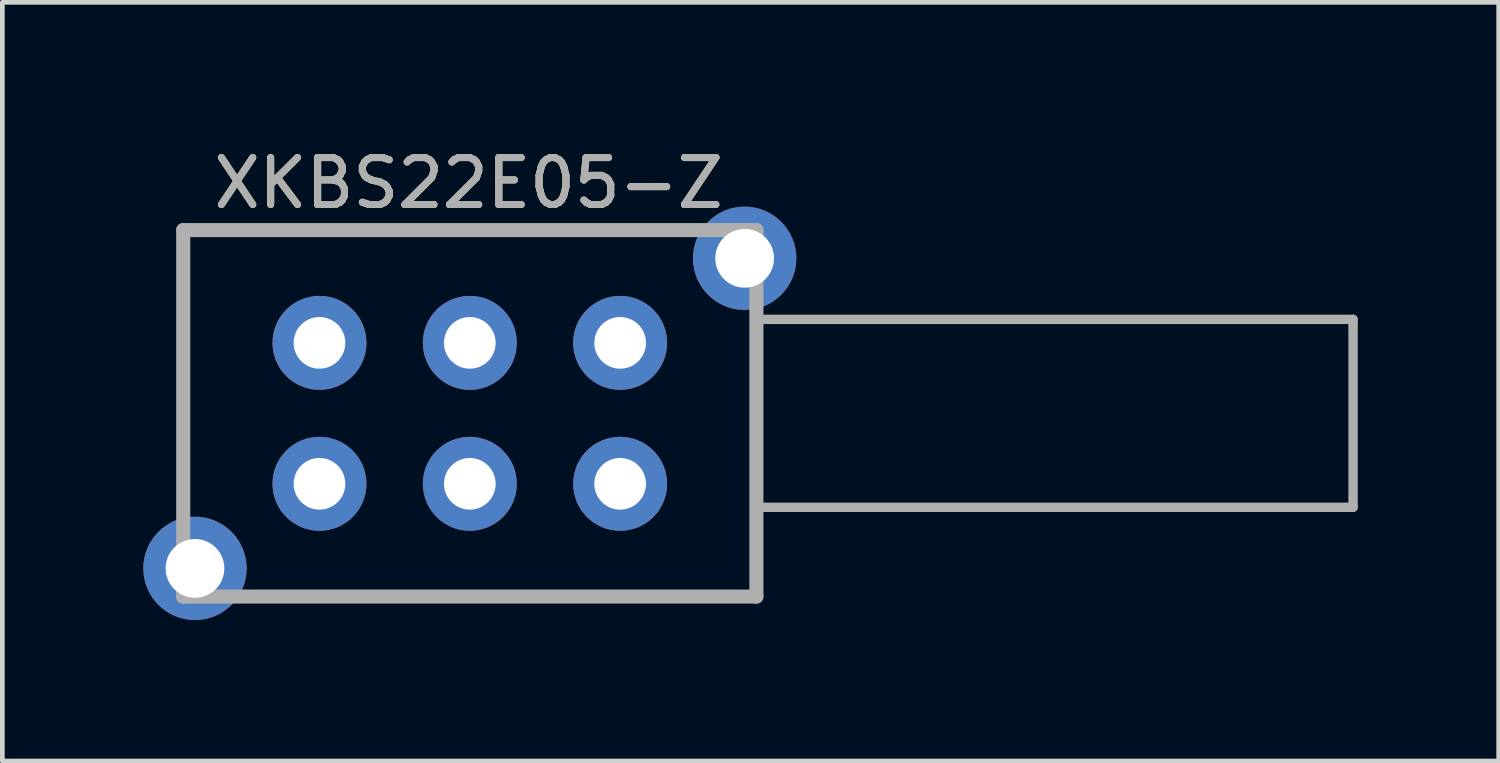
<source format=kicad_pcb>
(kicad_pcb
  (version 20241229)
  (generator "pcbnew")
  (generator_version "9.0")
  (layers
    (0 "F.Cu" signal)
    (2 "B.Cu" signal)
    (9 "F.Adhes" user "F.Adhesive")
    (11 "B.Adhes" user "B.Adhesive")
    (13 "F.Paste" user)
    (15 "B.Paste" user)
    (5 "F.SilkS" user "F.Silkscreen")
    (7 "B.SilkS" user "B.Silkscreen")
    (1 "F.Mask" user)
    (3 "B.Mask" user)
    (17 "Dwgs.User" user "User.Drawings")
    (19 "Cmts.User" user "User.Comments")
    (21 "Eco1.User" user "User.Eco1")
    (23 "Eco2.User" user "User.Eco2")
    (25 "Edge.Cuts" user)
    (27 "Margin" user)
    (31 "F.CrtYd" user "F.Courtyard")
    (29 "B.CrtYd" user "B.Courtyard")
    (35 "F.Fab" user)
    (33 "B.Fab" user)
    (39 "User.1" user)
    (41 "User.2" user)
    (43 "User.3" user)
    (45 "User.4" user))
  (footprint "XKBS22E05-Z"
    (layer "F.Cu")
    (at 6.95 5.748)
    (property "Reference" "XKBS22E05-Z" (at -0.025 -4.9 0) (unlocked yes) (layer "F.SilkS") (effects (font (size 1 1) (thickness 0.15))))
    (attr through_hole)
    (fp_line (start -6.1 -3.9) (end 6.1 -3.9) (stroke (width 0.12) (type solid)) (layer "F.SilkS"))
    (fp_line (start -6.1 3.9) (end -6.1 -3.9) (stroke (width 0.12) (type solid)) (layer "F.SilkS"))
    (fp_line (start 6.1 -3.9) (end 6.1 3.9) (stroke (width 0.12) (type solid)) (layer "F.SilkS"))
    (fp_line (start 6.1 3.9) (end -6.1 3.9) (stroke (width 0.12) (type solid)) (layer "F.SilkS"))
    (fp_line (start -6.1 -3.9) (end 6.1 -3.9) (stroke (width 0.3) (type solid)) (layer "F.Fab"))
    (fp_line (start -6.1 3.9) (end -6.1 -3.9) (stroke (width 0.3) (type solid)) (layer "F.Fab"))
    (fp_line (start 6.1 -3.9) (end 6.1 3.9) (stroke (width 0.3) (type solid)) (layer "F.Fab"))
    (fp_line (start 6.1 -2) (end 18.8 -2) (stroke (width 0.2) (type solid)) (layer "F.Fab"))
    (fp_line (start 6.1 3.9) (end -6.1 3.9) (stroke (width 0.3) (type solid)) (layer "F.Fab"))
    (fp_line (start 18.8 -2) (end 18.8 2) (stroke (width 0.2) (type solid)) (layer "F.Fab"))
    (fp_line (start 18.8 2) (end 6.1 2) (stroke (width 0.2) (type solid)) (layer "F.Fab"))
    (fp_text user "${REFERENCE}" (at -0.025 -4.9 0) (unlocked yes) (layer "F.Fab") (effects (font (size 1 1) (thickness 0.15))))
    (pad "1" thru_hole circle (at -3.2 -1.5) (size 2 2) (drill 1.1) (layers "*.Cu" "*.Mask"))
    (pad "2" thru_hole circle (at 0 -1.5) (size 2 2) (drill 1.1) (layers "*.Cu" "*.Mask"))
    (pad "3" thru_hole circle (at 3.2 -1.5) (size 2 2) (drill 1.1) (layers "*.Cu" "*.Mask"))
    (pad "4" thru_hole circle (at -3.2 1.5) (size 2 2) (drill 1.1) (layers "*.Cu" "*.Mask"))
    (pad "5" thru_hole circle (at 0 1.5) (size 2 2) (drill 1.1) (layers "*.Cu" "*.Mask"))
    (pad "6" thru_hole circle (at 3.2 1.5) (size 2 2) (drill 1.1) (layers "*.Cu" "*.Mask"))
    (pad "7" thru_hole circle (at -5.85 3.3) (size 2.2 2.2) (drill 1.25) (layers "*.Cu" "*.Mask"))
    (pad "7" thru_hole circle (at 5.85 -3.3) (size 2.2 2.2) (drill 1.25) (layers "*.Cu" "*.Mask")))
  (gr_rect
    (start -3 -3)
    (end 28.85 13.148)
    (stroke (width 0.1) (type default))
    (fill no)
    (layer "Edge.Cuts")))
</source>
